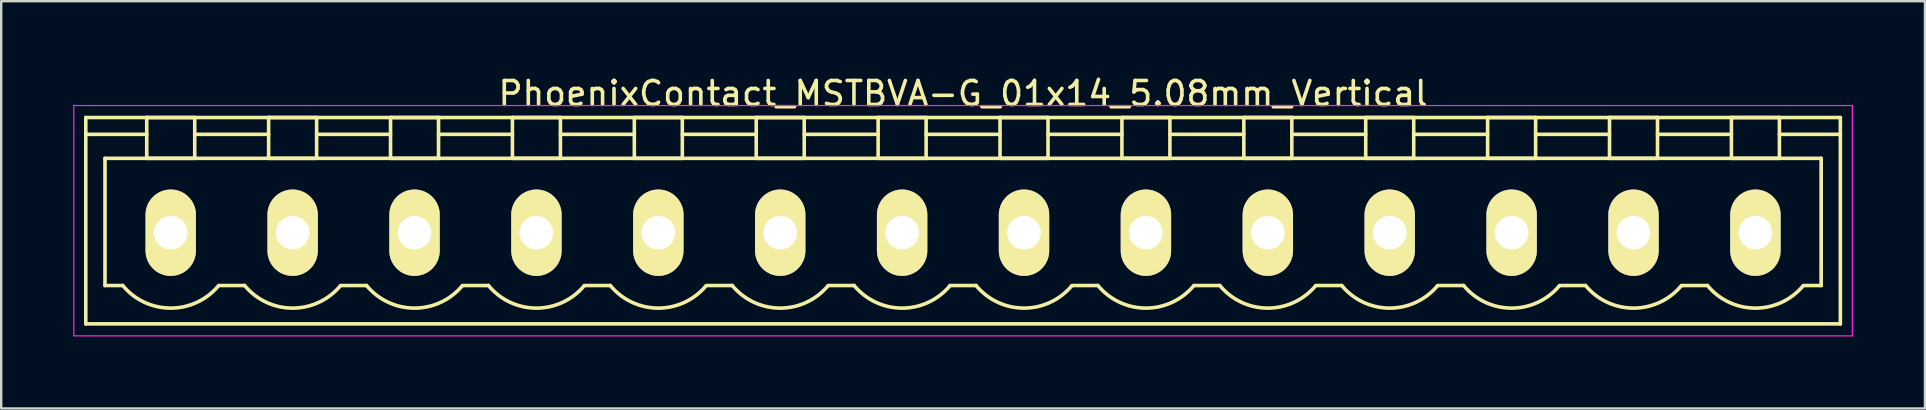
<source format=kicad_pcb>
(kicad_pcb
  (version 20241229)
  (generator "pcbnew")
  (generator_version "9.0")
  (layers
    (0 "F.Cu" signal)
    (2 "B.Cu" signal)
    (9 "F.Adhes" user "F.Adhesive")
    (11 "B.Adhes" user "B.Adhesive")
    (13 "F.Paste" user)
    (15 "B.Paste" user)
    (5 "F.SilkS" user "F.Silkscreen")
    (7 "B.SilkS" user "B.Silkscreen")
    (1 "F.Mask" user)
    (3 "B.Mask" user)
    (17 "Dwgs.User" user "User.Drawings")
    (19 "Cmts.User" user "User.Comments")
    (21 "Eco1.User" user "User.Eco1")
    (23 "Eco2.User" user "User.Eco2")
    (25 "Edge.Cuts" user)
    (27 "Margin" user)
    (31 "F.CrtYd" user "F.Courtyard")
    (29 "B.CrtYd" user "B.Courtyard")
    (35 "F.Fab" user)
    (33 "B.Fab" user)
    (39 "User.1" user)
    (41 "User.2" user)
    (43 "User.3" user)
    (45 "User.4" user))
  (footprint "PhoenixContact_MSTBVA-G_01x14_5.08mm_Vertical"
    (layer "F.Cu")
    (at 4.065 6.648)
    (property "Reference" "PhoenixContact_MSTBVA-G_01x14_5.08mm_Vertical" (at 33.02 -5.8 0) (layer "F.SilkS") (effects (font (size 1 1) (thickness 0.15))))
    (attr through_hole)
    (fp_line (start -3.54 -4.8) (end -3.54 3.8) (stroke (width 0.15) (type solid)) (layer "F.SilkS"))
    (fp_line (start -3.54 -4.1) (end -1 -4.1) (stroke (width 0.15) (type solid)) (layer "F.SilkS"))
    (fp_line (start -3.54 3.8) (end 69.58 3.8) (stroke (width 0.15) (type solid)) (layer "F.SilkS"))
    (fp_line (start -2.74 -3.1) (end 68.78 -3.1) (stroke (width 0.15) (type solid)) (layer "F.SilkS"))
    (fp_line (start -2.74 2.2) (end -2.74 -3.1) (stroke (width 0.15) (type solid)) (layer "F.SilkS"))
    (fp_line (start -2 2.2) (end -2.74 2.2) (stroke (width 0.15) (type solid)) (layer "F.SilkS"))
    (fp_line (start -1 -4.8) (end 1 -4.8) (stroke (width 0.15) (type solid)) (layer "F.SilkS"))
    (fp_line (start -1 -3.1) (end -1 -4.8) (stroke (width 0.15) (type solid)) (layer "F.SilkS"))
    (fp_line (start 1 -4.8) (end 1 -3.1) (stroke (width 0.15) (type solid)) (layer "F.SilkS"))
    (fp_line (start 1 -4.1) (end 4.08 -4.1) (stroke (width 0.15) (type solid)) (layer "F.SilkS"))
    (fp_line (start 1 -3.1) (end -1 -3.1) (stroke (width 0.15) (type solid)) (layer "F.SilkS"))
    (fp_line (start 2 2.2) (end 3.08 2.2) (stroke (width 0.15) (type solid)) (layer "F.SilkS"))
    (fp_line (start 4.08 -4.8) (end 6.08 -4.8) (stroke (width 0.15) (type solid)) (layer "F.SilkS"))
    (fp_line (start 4.08 -3.1) (end 4.08 -4.8) (stroke (width 0.15) (type solid)) (layer "F.SilkS"))
    (fp_line (start 6.08 -4.8) (end 6.08 -3.1) (stroke (width 0.15) (type solid)) (layer "F.SilkS"))
    (fp_line (start 6.08 -4.1) (end 9.16 -4.1) (stroke (width 0.15) (type solid)) (layer "F.SilkS"))
    (fp_line (start 6.08 -3.1) (end 4.08 -3.1) (stroke (width 0.15) (type solid)) (layer "F.SilkS"))
    (fp_line (start 7.08 2.2) (end 8.16 2.2) (stroke (width 0.15) (type solid)) (layer "F.SilkS"))
    (fp_line (start 9.16 -4.8) (end 11.16 -4.8) (stroke (width 0.15) (type solid)) (layer "F.SilkS"))
    (fp_line (start 9.16 -3.1) (end 9.16 -4.8) (stroke (width 0.15) (type solid)) (layer "F.SilkS"))
    (fp_line (start 11.16 -4.8) (end 11.16 -3.1) (stroke (width 0.15) (type solid)) (layer "F.SilkS"))
    (fp_line (start 11.16 -4.1) (end 14.24 -4.1) (stroke (width 0.15) (type solid)) (layer "F.SilkS"))
    (fp_line (start 11.16 -3.1) (end 9.16 -3.1) (stroke (width 0.15) (type solid)) (layer "F.SilkS"))
    (fp_line (start 12.16 2.2) (end 13.24 2.2) (stroke (width 0.15) (type solid)) (layer "F.SilkS"))
    (fp_line (start 14.24 -4.8) (end 16.24 -4.8) (stroke (width 0.15) (type solid)) (layer "F.SilkS"))
    (fp_line (start 14.24 -3.1) (end 14.24 -4.8) (stroke (width 0.15) (type solid)) (layer "F.SilkS"))
    (fp_line (start 16.24 -4.8) (end 16.24 -3.1) (stroke (width 0.15) (type solid)) (layer "F.SilkS"))
    (fp_line (start 16.24 -4.1) (end 19.32 -4.1) (stroke (width 0.15) (type solid)) (layer "F.SilkS"))
    (fp_line (start 16.24 -3.1) (end 14.24 -3.1) (stroke (width 0.15) (type solid)) (layer "F.SilkS"))
    (fp_line (start 17.24 2.2) (end 18.32 2.2) (stroke (width 0.15) (type solid)) (layer "F.SilkS"))
    (fp_line (start 19.32 -4.8) (end 21.32 -4.8) (stroke (width 0.15) (type solid)) (layer "F.SilkS"))
    (fp_line (start 19.32 -3.1) (end 19.32 -4.8) (stroke (width 0.15) (type solid)) (layer "F.SilkS"))
    (fp_line (start 21.32 -4.8) (end 21.32 -3.1) (stroke (width 0.15) (type solid)) (layer "F.SilkS"))
    (fp_line (start 21.32 -4.1) (end 24.4 -4.1) (stroke (width 0.15) (type solid)) (layer "F.SilkS"))
    (fp_line (start 21.32 -3.1) (end 19.32 -3.1) (stroke (width 0.15) (type solid)) (layer "F.SilkS"))
    (fp_line (start 22.32 2.2) (end 23.4 2.2) (stroke (width 0.15) (type solid)) (layer "F.SilkS"))
    (fp_line (start 24.4 -4.8) (end 26.4 -4.8) (stroke (width 0.15) (type solid)) (layer "F.SilkS"))
    (fp_line (start 24.4 -3.1) (end 24.4 -4.8) (stroke (width 0.15) (type solid)) (layer "F.SilkS"))
    (fp_line (start 26.4 -4.8) (end 26.4 -3.1) (stroke (width 0.15) (type solid)) (layer "F.SilkS"))
    (fp_line (start 26.4 -4.1) (end 29.48 -4.1) (stroke (width 0.15) (type solid)) (layer "F.SilkS"))
    (fp_line (start 26.4 -3.1) (end 24.4 -3.1) (stroke (width 0.15) (type solid)) (layer "F.SilkS"))
    (fp_line (start 27.4 2.2) (end 28.48 2.2) (stroke (width 0.15) (type solid)) (layer "F.SilkS"))
    (fp_line (start 29.48 -4.8) (end 31.48 -4.8) (stroke (width 0.15) (type solid)) (layer "F.SilkS"))
    (fp_line (start 29.48 -3.1) (end 29.48 -4.8) (stroke (width 0.15) (type solid)) (layer "F.SilkS"))
    (fp_line (start 31.48 -4.8) (end 31.48 -3.1) (stroke (width 0.15) (type solid)) (layer "F.SilkS"))
    (fp_line (start 31.48 -4.1) (end 34.56 -4.1) (stroke (width 0.15) (type solid)) (layer "F.SilkS"))
    (fp_line (start 31.48 -3.1) (end 29.48 -3.1) (stroke (width 0.15) (type solid)) (layer "F.SilkS"))
    (fp_line (start 32.48 2.2) (end 33.56 2.2) (stroke (width 0.15) (type solid)) (layer "F.SilkS"))
    (fp_line (start 34.56 -4.8) (end 36.56 -4.8) (stroke (width 0.15) (type solid)) (layer "F.SilkS"))
    (fp_line (start 34.56 -3.1) (end 34.56 -4.8) (stroke (width 0.15) (type solid)) (layer "F.SilkS"))
    (fp_line (start 36.56 -4.8) (end 36.56 -3.1) (stroke (width 0.15) (type solid)) (layer "F.SilkS"))
    (fp_line (start 36.56 -4.1) (end 39.64 -4.1) (stroke (width 0.15) (type solid)) (layer "F.SilkS"))
    (fp_line (start 36.56 -3.1) (end 34.56 -3.1) (stroke (width 0.15) (type solid)) (layer "F.SilkS"))
    (fp_line (start 37.56 2.2) (end 38.64 2.2) (stroke (width 0.15) (type solid)) (layer "F.SilkS"))
    (fp_line (start 39.64 -4.8) (end 41.64 -4.8) (stroke (width 0.15) (type solid)) (layer "F.SilkS"))
    (fp_line (start 39.64 -3.1) (end 39.64 -4.8) (stroke (width 0.15) (type solid)) (layer "F.SilkS"))
    (fp_line (start 41.64 -4.8) (end 41.64 -3.1) (stroke (width 0.15) (type solid)) (layer "F.SilkS"))
    (fp_line (start 41.64 -4.1) (end 44.72 -4.1) (stroke (width 0.15) (type solid)) (layer "F.SilkS"))
    (fp_line (start 41.64 -3.1) (end 39.64 -3.1) (stroke (width 0.15) (type solid)) (layer "F.SilkS"))
    (fp_line (start 42.64 2.2) (end 43.72 2.2) (stroke (width 0.15) (type solid)) (layer "F.SilkS"))
    (fp_line (start 44.72 -4.8) (end 46.72 -4.8) (stroke (width 0.15) (type solid)) (layer "F.SilkS"))
    (fp_line (start 44.72 -3.1) (end 44.72 -4.8) (stroke (width 0.15) (type solid)) (layer "F.SilkS"))
    (fp_line (start 46.72 -4.8) (end 46.72 -3.1) (stroke (width 0.15) (type solid)) (layer "F.SilkS"))
    (fp_line (start 46.72 -4.1) (end 49.8 -4.1) (stroke (width 0.15) (type solid)) (layer "F.SilkS"))
    (fp_line (start 46.72 -3.1) (end 44.72 -3.1) (stroke (width 0.15) (type solid)) (layer "F.SilkS"))
    (fp_line (start 47.72 2.2) (end 48.8 2.2) (stroke (width 0.15) (type solid)) (layer "F.SilkS"))
    (fp_line (start 49.8 -4.8) (end 51.8 -4.8) (stroke (width 0.15) (type solid)) (layer "F.SilkS"))
    (fp_line (start 49.8 -3.1) (end 49.8 -4.8) (stroke (width 0.15) (type solid)) (layer "F.SilkS"))
    (fp_line (start 51.8 -4.8) (end 51.8 -3.1) (stroke (width 0.15) (type solid)) (layer "F.SilkS"))
    (fp_line (start 51.8 -4.1) (end 54.88 -4.1) (stroke (width 0.15) (type solid)) (layer "F.SilkS"))
    (fp_line (start 51.8 -3.1) (end 49.8 -3.1) (stroke (width 0.15) (type solid)) (layer "F.SilkS"))
    (fp_line (start 52.8 2.2) (end 53.88 2.2) (stroke (width 0.15) (type solid)) (layer "F.SilkS"))
    (fp_line (start 54.88 -4.8) (end 56.88 -4.8) (stroke (width 0.15) (type solid)) (layer "F.SilkS"))
    (fp_line (start 54.88 -3.1) (end 54.88 -4.8) (stroke (width 0.15) (type solid)) (layer "F.SilkS"))
    (fp_line (start 56.88 -4.8) (end 56.88 -3.1) (stroke (width 0.15) (type solid)) (layer "F.SilkS"))
    (fp_line (start 56.88 -4.1) (end 59.96 -4.1) (stroke (width 0.15) (type solid)) (layer "F.SilkS"))
    (fp_line (start 56.88 -3.1) (end 54.88 -3.1) (stroke (width 0.15) (type solid)) (layer "F.SilkS"))
    (fp_line (start 57.88 2.2) (end 58.96 2.2) (stroke (width 0.15) (type solid)) (layer "F.SilkS"))
    (fp_line (start 59.96 -4.8) (end 61.96 -4.8) (stroke (width 0.15) (type solid)) (layer "F.SilkS"))
    (fp_line (start 59.96 -3.1) (end 59.96 -4.8) (stroke (width 0.15) (type solid)) (layer "F.SilkS"))
    (fp_line (start 61.96 -4.8) (end 61.96 -3.1) (stroke (width 0.15) (type solid)) (layer "F.SilkS"))
    (fp_line (start 61.96 -4.1) (end 65.04 -4.1) (stroke (width 0.15) (type solid)) (layer "F.SilkS"))
    (fp_line (start 61.96 -3.1) (end 59.96 -3.1) (stroke (width 0.15) (type solid)) (layer "F.SilkS"))
    (fp_line (start 62.96 2.2) (end 64.04 2.2) (stroke (width 0.15) (type solid)) (layer "F.SilkS"))
    (fp_line (start 65.04 -4.8) (end 67.04 -4.8) (stroke (width 0.15) (type solid)) (layer "F.SilkS"))
    (fp_line (start 65.04 -3.1) (end 65.04 -4.8) (stroke (width 0.15) (type solid)) (layer "F.SilkS"))
    (fp_line (start 67.04 -4.8) (end 67.04 -3.1) (stroke (width 0.15) (type solid)) (layer "F.SilkS"))
    (fp_line (start 67.04 -3.1) (end 65.04 -3.1) (stroke (width 0.15) (type solid)) (layer "F.SilkS"))
    (fp_line (start 68.78 -3.1) (end 68.78 2.2) (stroke (width 0.15) (type solid)) (layer "F.SilkS"))
    (fp_line (start 68.78 2.2) (end 68.04 2.2) (stroke (width 0.15) (type solid)) (layer "F.SilkS"))
    (fp_line (start 69.58 -4.8) (end -3.54 -4.8) (stroke (width 0.15) (type solid)) (layer "F.SilkS"))
    (fp_line (start 69.58 -4.1) (end 67.04 -4.1) (stroke (width 0.15) (type solid)) (layer "F.SilkS"))
    (fp_line (start 69.58 3.8) (end 69.58 -4.8) (stroke (width 0.15) (type solid)) (layer "F.SilkS"))
    (fp_arc (start 1.986842 2.215821) (mid -0.010289 3.142758) (end -2 2.2) (stroke (width 0.15) (type solid)) (layer "F.SilkS"))
    (fp_arc (start 7.066842 2.215821) (mid 5.069711 3.142758) (end 3.08 2.2) (stroke (width 0.15) (type solid)) (layer "F.SilkS"))
    (fp_arc (start 12.146842 2.215821) (mid 10.149711 3.142758) (end 8.16 2.2) (stroke (width 0.15) (type solid)) (layer "F.SilkS"))
    (fp_arc (start 17.226842 2.215821) (mid 15.229711 3.142758) (end 13.24 2.2) (stroke (width 0.15) (type solid)) (layer "F.SilkS"))
    (fp_arc (start 22.306842 2.215821) (mid 20.309711 3.142758) (end 18.32 2.2) (stroke (width 0.15) (type solid)) (layer "F.SilkS"))
    (fp_arc (start 27.386842 2.215821) (mid 25.389711 3.142758) (end 23.4 2.2) (stroke (width 0.15) (type solid)) (layer "F.SilkS"))
    (fp_arc (start 32.466842 2.215821) (mid 30.469711 3.142758) (end 28.48 2.2) (stroke (width 0.15) (type solid)) (layer "F.SilkS"))
    (fp_arc (start 37.546842 2.215821) (mid 35.549711 3.142758) (end 33.56 2.2) (stroke (width 0.15) (type solid)) (layer "F.SilkS"))
    (fp_arc (start 42.626842 2.215821) (mid 40.629711 3.142758) (end 38.64 2.2) (stroke (width 0.15) (type solid)) (layer "F.SilkS"))
    (fp_arc (start 47.706842 2.215821) (mid 45.709711 3.142758) (end 43.72 2.2) (stroke (width 0.15) (type solid)) (layer "F.SilkS"))
    (fp_arc (start 52.786842 2.215821) (mid 50.789711 3.142758) (end 48.8 2.2) (stroke (width 0.15) (type solid)) (layer "F.SilkS"))
    (fp_arc (start 57.866842 2.215821) (mid 55.869711 3.142758) (end 53.88 2.2) (stroke (width 0.15) (type solid)) (layer "F.SilkS"))
    (fp_arc (start 62.946842 2.215821) (mid 60.949711 3.142758) (end 58.96 2.2) (stroke (width 0.15) (type solid)) (layer "F.SilkS"))
    (fp_arc (start 68.026842 2.215821) (mid 66.029711 3.142758) (end 64.04 2.2) (stroke (width 0.15) (type solid)) (layer "F.SilkS"))
    (fp_line (start -4.04 -5.3) (end -4.04 4.3) (stroke (width 0.05) (type solid)) (layer "F.CrtYd"))
    (fp_line (start -4.04 4.3) (end 70.08 4.3) (stroke (width 0.05) (type solid)) (layer "F.CrtYd"))
    (fp_line (start 70.08 -5.3) (end -4.04 -5.3) (stroke (width 0.05) (type solid)) (layer "F.CrtYd"))
    (fp_line (start 70.08 4.3) (end 70.08 -5.3) (stroke (width 0.05) (type solid)) (layer "F.CrtYd"))
    (pad "1" thru_hole oval (at 0 0) (size 2.1 3.6) (drill 1.4) (layers "*.Cu" "*.Mask" "F.SilkS"))
    (pad "2" thru_hole oval (at 5.08 0) (size 2.1 3.6) (drill 1.4) (layers "*.Cu" "*.Mask" "F.SilkS"))
    (pad "3" thru_hole oval (at 10.16 0) (size 2.1 3.6) (drill 1.4) (layers "*.Cu" "*.Mask" "F.SilkS"))
    (pad "4" thru_hole oval (at 15.24 0) (size 2.1 3.6) (drill 1.4) (layers "*.Cu" "*.Mask" "F.SilkS"))
    (pad "5" thru_hole oval (at 20.32 0) (size 2.1 3.6) (drill 1.4) (layers "*.Cu" "*.Mask" "F.SilkS"))
    (pad "6" thru_hole oval (at 25.4 0) (size 2.1 3.6) (drill 1.4) (layers "*.Cu" "*.Mask" "F.SilkS"))
    (pad "7" thru_hole oval (at 30.48 0) (size 2.1 3.6) (drill 1.4) (layers "*.Cu" "*.Mask" "F.SilkS"))
    (pad "8" thru_hole oval (at 35.56 0) (size 2.1 3.6) (drill 1.4) (layers "*.Cu" "*.Mask" "F.SilkS"))
    (pad "9" thru_hole oval (at 40.64 0) (size 2.1 3.6) (drill 1.4) (layers "*.Cu" "*.Mask" "F.SilkS"))
    (pad "10" thru_hole oval (at 45.72 0) (size 2.1 3.6) (drill 1.4) (layers "*.Cu" "*.Mask" "F.SilkS"))
    (pad "11" thru_hole oval (at 50.8 0) (size 2.1 3.6) (drill 1.4) (layers "*.Cu" "*.Mask" "F.SilkS"))
    (pad "12" thru_hole oval (at 55.88 0) (size 2.1 3.6) (drill 1.4) (layers "*.Cu" "*.Mask" "F.SilkS"))
    (pad "13" thru_hole oval (at 60.96 0) (size 2.1 3.6) (drill 1.4) (layers "*.Cu" "*.Mask" "F.SilkS"))
    (pad "14" thru_hole oval (at 66.04 0) (size 2.1 3.6) (drill 1.4) (layers "*.Cu" "*.Mask" "F.SilkS")))
  (gr_rect
    (start -3 -3)
    (end 77.17 13.973)
    (stroke (width 0.1) (type default))
    (fill no)
    (layer "Edge.Cuts")))
</source>
